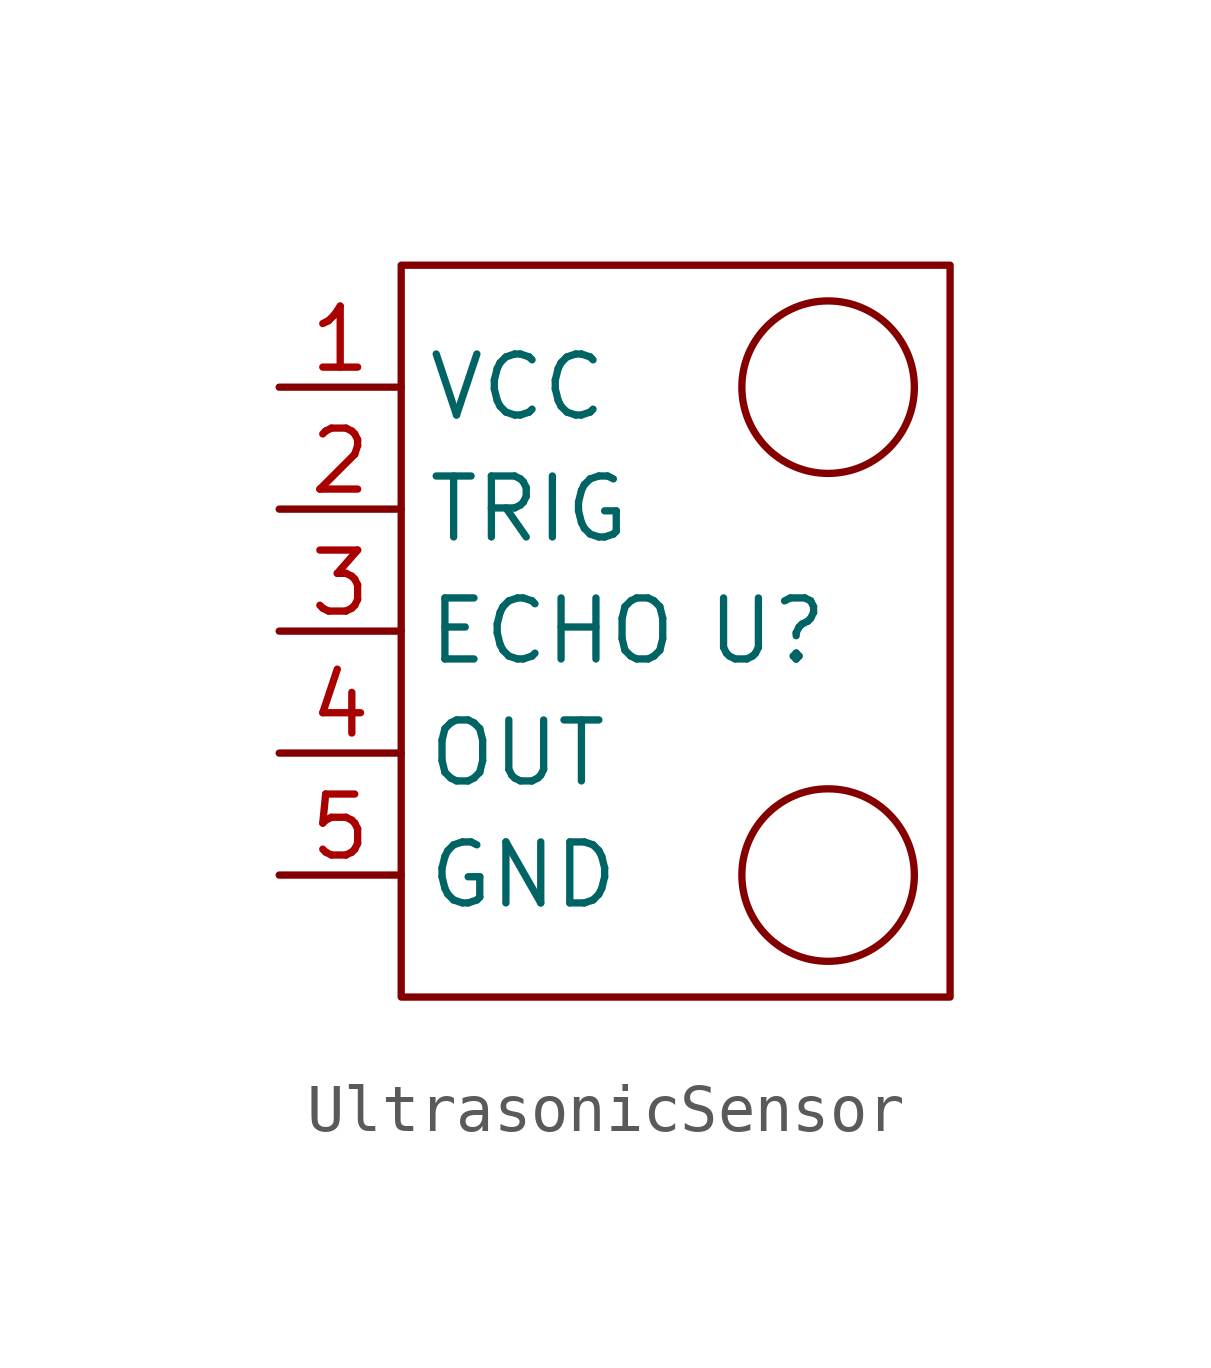
<source format=kicad_sym>
(kicad_symbol_lib
  (version 20220914)
  (generator kicad_symbol_editor)
  (symbol "UltrasonicSensor"
    (property "Reference" "U"
      (at 10.16 0 0)
      (effects (font (size 1.27 1.27))))
    (property "Value" ""
      (at 0 1.27 0)
      (effects (font (size 1.27 1.27))))
    (symbol "UltrasonicSensor_0_1"
      (rectangle (start 2.54 7.62) (end 13.97 -7.62) (stroke (width 0) (type default)) (fill (type none)))
      (circle (center 11.43 -5.08) (radius 1.796) (stroke (width 0) (type default)) (fill (type none)))
      (circle (center 11.43 5.08) (radius 1.796) (stroke (width 0) (type default)) (fill (type none))))
    (symbol "UltrasonicSensor_1_1"
      (pin input line (at 0 5.08 0) (length 2.54) (name "VCC" (effects (font (size 1.27 1.27)))) (number "1" (effects (font (size 1.27 1.27)))))
      (pin input line (at 0 2.54 0) (length 2.54) (name "TRIG" (effects (font (size 1.27 1.27)))) (number "2" (effects (font (size 1.27 1.27)))))
      (pin input line (at 0 0 0) (length 2.54) (name "ECHO" (effects (font (size 1.27 1.27)))) (number "3" (effects (font (size 1.27 1.27)))))
      (pin input line (at 0 -2.54 0) (length 2.54) (name "OUT" (effects (font (size 1.27 1.27)))) (number "4" (effects (font (size 1.27 1.27)))))
      (pin input line (at 0 -5.08 0) (length 2.54) (name "GND" (effects (font (size 1.27 1.27)))) (number "5" (effects (font (size 1.27 1.27))))))))
</source>
